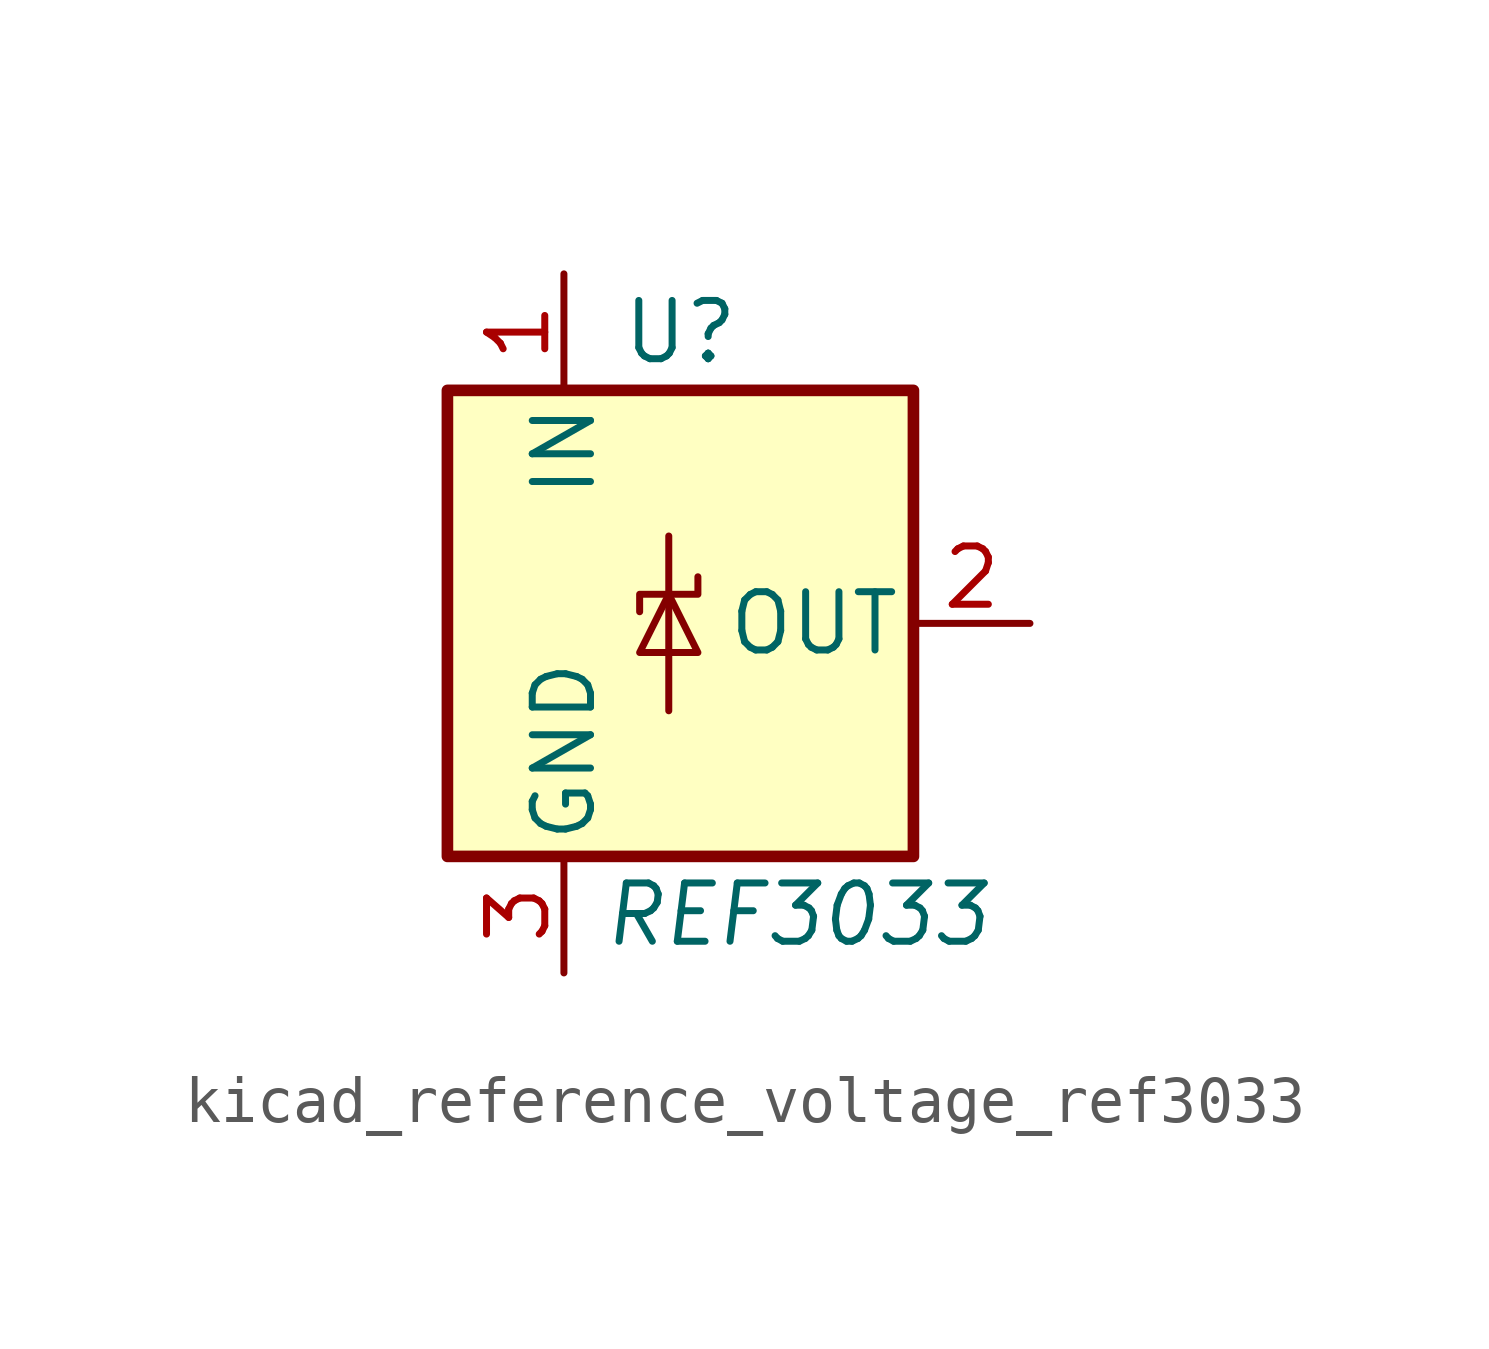
<source format=kicad_sym>
(kicad_symbol_lib
  (version 20220914)
  (generator kicad_symbol_editor)
  (symbol "kicad_reference_voltage_ref3033"
    (pin_names
      (offset 0.254))
    (property "Reference" "U"
      (at 0 6.35 0)
      (effects (font (size 1.27 1.27))))
    (property "Value" "REF3033"
      (at 2.54 -6.35 0)
      (effects (font (size 1.27 1.27) italic)))
    (symbol "kicad_reference_voltage_ref3033_0_1"
      (rectangle (start -5.08 5.08) (end 5.08 -5.08) (stroke (width 0.254) (type default)) (fill (type background)))
      (polyline (pts (xy -0.254 1.905) (xy -0.254 -1.905)) (stroke (width 0) (type default)) (fill (type none)))
      (polyline (pts (xy -0.889 -0.635) (xy 0.381 -0.635) (xy -0.254 0.635) (xy -0.889 -0.635)) (stroke (width 0) (type default)) (fill (type none)))
      (polyline (pts (xy 0.381 1.016) (xy 0.381 0.635) (xy -0.889 0.635) (xy -0.889 0.254)) (stroke (width 0) (type default)) (fill (type none))))
    (symbol "kicad_reference_voltage_ref3033_1_1"
      (pin power_in line (at -2.54 7.62 270) (length 2.54) (name "IN" (effects (font (size 1.27 1.27)))) (number "1" (effects (font (size 1.27 1.27)))))
      (pin power_out line (at 7.62 0 180) (length 2.54) (name "OUT" (effects (font (size 1.27 1.27)))) (number "2" (effects (font (size 1.27 1.27)))))
      (pin power_in line (at -2.54 -7.62 90) (length 2.54) (name "GND" (effects (font (size 1.27 1.27)))) (number "3" (effects (font (size 1.27 1.27))))))))
</source>
